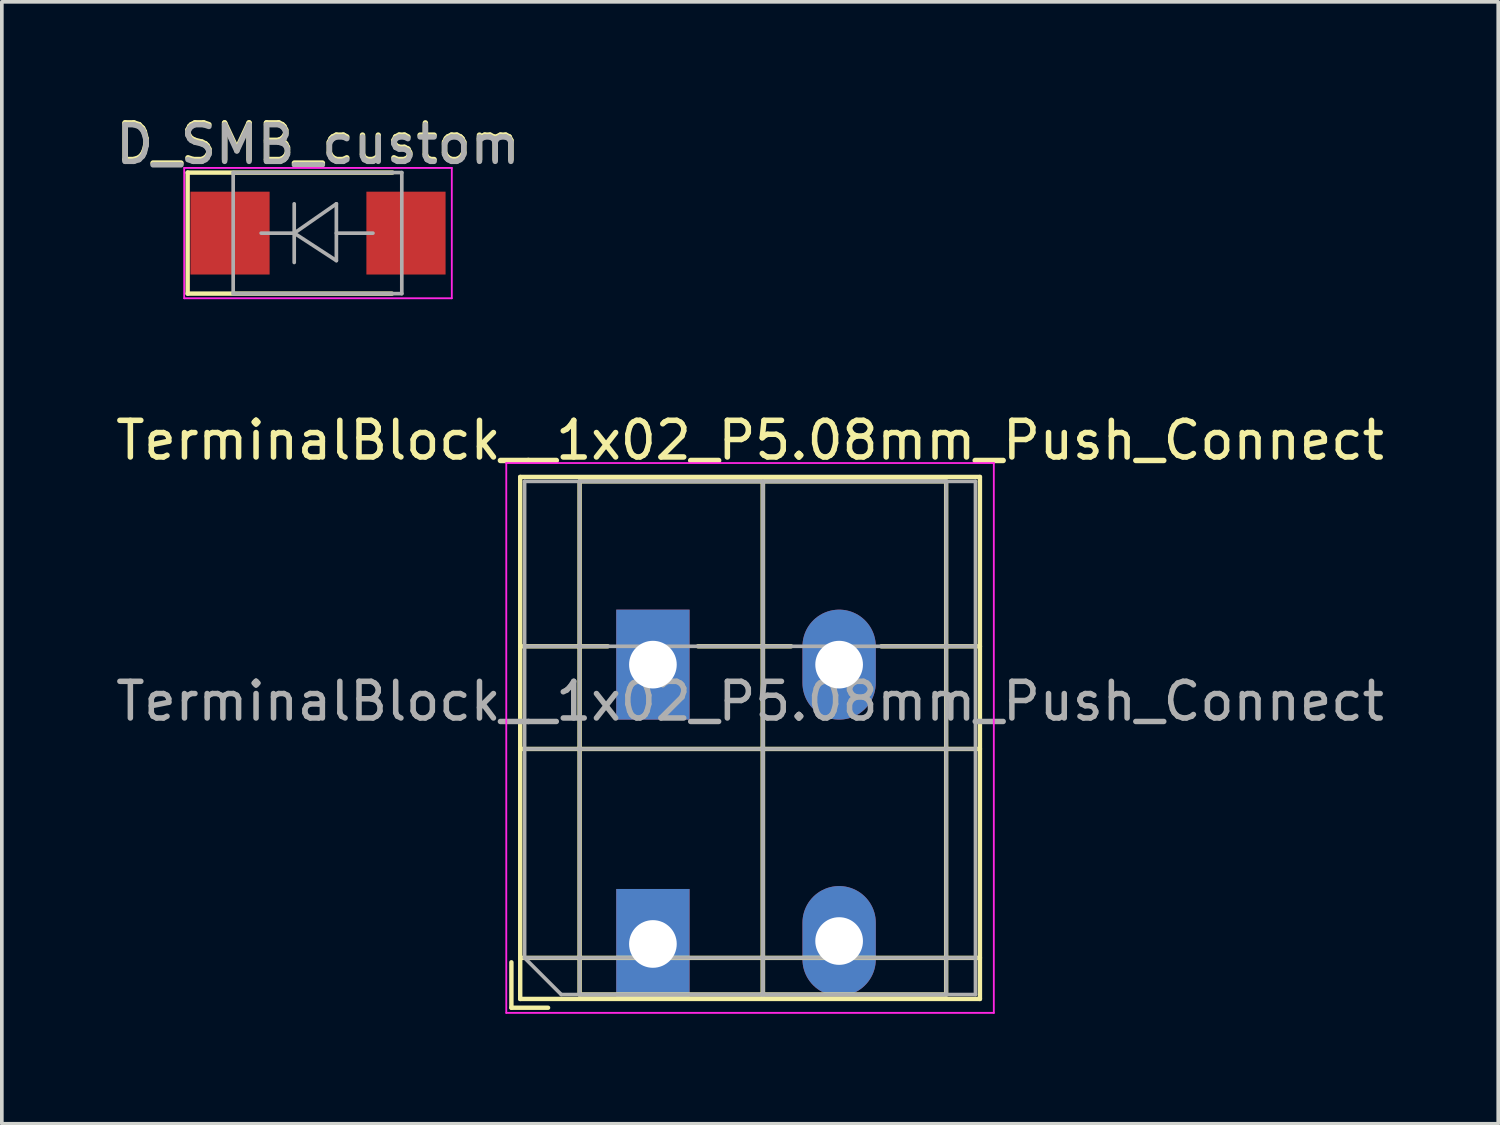
<source format=kicad_pcb>
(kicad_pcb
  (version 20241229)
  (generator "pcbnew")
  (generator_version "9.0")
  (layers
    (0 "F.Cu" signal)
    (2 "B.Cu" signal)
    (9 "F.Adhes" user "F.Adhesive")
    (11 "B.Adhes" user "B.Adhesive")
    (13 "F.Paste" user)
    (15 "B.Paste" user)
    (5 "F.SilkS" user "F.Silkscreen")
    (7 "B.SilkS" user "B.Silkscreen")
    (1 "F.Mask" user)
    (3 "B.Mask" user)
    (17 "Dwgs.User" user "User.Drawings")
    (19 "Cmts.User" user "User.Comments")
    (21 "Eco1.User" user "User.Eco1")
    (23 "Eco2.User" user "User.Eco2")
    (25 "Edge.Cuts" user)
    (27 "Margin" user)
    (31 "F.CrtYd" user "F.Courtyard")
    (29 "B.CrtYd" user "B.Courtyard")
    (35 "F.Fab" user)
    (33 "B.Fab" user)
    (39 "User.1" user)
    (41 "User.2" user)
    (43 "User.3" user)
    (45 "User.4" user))
  (footprint "TerminalBlock__1x02_P5.08mm_Push_Connect"
    (layer "F.Cu")
    (at 14.761 15.081)
    (property "Reference" "TerminalBlock__1x02_P5.08mm_Push_Connect" (at 2.65 -6.12 0) (layer "F.SilkS") (effects (font (size 1 1) (thickness 0.15))))
    (attr through_hole)
    (fp_line (start -3.86 8.12) (end -3.86 9.36) (stroke (width 0.12) (type solid)) (layer "F.SilkS"))
    (fp_line (start -3.86 9.36) (end -2.86 9.36) (stroke (width 0.12) (type solid)) (layer "F.SilkS"))
    (fp_line (start -3.62 -5.12) (end -3.62 9.12) (stroke (width 0.12) (type solid)) (layer "F.SilkS"))
    (fp_line (start -3.62 -5.12) (end 8.921 -5.12) (stroke (width 0.12) (type solid)) (layer "F.SilkS"))
    (fp_line (start -3.62 -0.5) (end -1.23 -0.5) (stroke (width 0.12) (type solid)) (layer "F.SilkS"))
    (fp_line (start -3.62 2.3) (end 8.921 2.3) (stroke (width 0.12) (type solid)) (layer "F.SilkS"))
    (fp_line (start -3.62 8) (end 8.921 8) (stroke (width 0.12) (type solid)) (layer "F.SilkS"))
    (fp_line (start -3.62 9.12) (end 8.921 9.12) (stroke (width 0.12) (type solid)) (layer "F.SilkS"))
    (fp_line (start -2 -5) (end -2 9) (stroke (width 0.12) (type solid)) (layer "F.SilkS"))
    (fp_line (start -2 -5) (end 3 -5) (stroke (width 0.12) (type solid)) (layer "F.SilkS"))
    (fp_line (start -2 9) (end 3 9) (stroke (width 0.12) (type solid)) (layer "F.SilkS"))
    (fp_line (start 1.23 -0.5) (end 3.77 -0.5) (stroke (width 0.12) (type solid)) (layer "F.SilkS"))
    (fp_line (start 3 -5) (end 3 9) (stroke (width 0.12) (type solid)) (layer "F.SilkS"))
    (fp_line (start 3 -5) (end 3 9) (stroke (width 0.12) (type solid)) (layer "F.SilkS"))
    (fp_line (start 3 -5) (end 8 -5) (stroke (width 0.12) (type solid)) (layer "F.SilkS"))
    (fp_line (start 3 9) (end 8 9) (stroke (width 0.12) (type solid)) (layer "F.SilkS"))
    (fp_line (start 6.23 -0.5) (end 8.921 -0.5) (stroke (width 0.12) (type solid)) (layer "F.SilkS"))
    (fp_line (start 8 -5) (end 8 9) (stroke (width 0.12) (type solid)) (layer "F.SilkS"))
    (fp_line (start 8.921 -5.12) (end 8.921 9.12) (stroke (width 0.12) (type solid)) (layer "F.SilkS"))
    (fp_line (start -4 -5.5) (end -4 9.5) (stroke (width 0.05) (type solid)) (layer "F.CrtYd"))
    (fp_line (start -4 9.5) (end 9.3 9.5) (stroke (width 0.05) (type solid)) (layer "F.CrtYd"))
    (fp_line (start 9.3 -5.5) (end -4 -5.5) (stroke (width 0.05) (type solid)) (layer "F.CrtYd"))
    (fp_line (start 9.3 9.5) (end 9.3 -5.5) (stroke (width 0.05) (type solid)) (layer "F.CrtYd"))
    (fp_line (start -3.5 -5) (end 8.8 -5) (stroke (width 0.1) (type solid)) (layer "F.Fab"))
    (fp_line (start -3.5 -0.5) (end 8.8 -0.5) (stroke (width 0.1) (type solid)) (layer "F.Fab"))
    (fp_line (start -3.5 2.3) (end 8.8 2.3) (stroke (width 0.1) (type solid)) (layer "F.Fab"))
    (fp_line (start -3.5 8) (end -3.5 -5) (stroke (width 0.1) (type solid)) (layer "F.Fab"))
    (fp_line (start -3.5 8) (end 8.8 8) (stroke (width 0.1) (type solid)) (layer "F.Fab"))
    (fp_line (start -2.5 9) (end -3.5 8) (stroke (width 0.1) (type solid)) (layer "F.Fab"))
    (fp_line (start -2 -5) (end -2 9) (stroke (width 0.1) (type solid)) (layer "F.Fab"))
    (fp_line (start -2 9) (end 3 9) (stroke (width 0.1) (type solid)) (layer "F.Fab"))
    (fp_line (start 3 -5) (end -2 -5) (stroke (width 0.1) (type solid)) (layer "F.Fab"))
    (fp_line (start 3 -5) (end 3 9) (stroke (width 0.1) (type solid)) (layer "F.Fab"))
    (fp_line (start 3 9) (end 3 -5) (stroke (width 0.1) (type solid)) (layer "F.Fab"))
    (fp_line (start 3 9) (end 8 9) (stroke (width 0.1) (type solid)) (layer "F.Fab"))
    (fp_line (start 8 -5) (end 3 -5) (stroke (width 0.1) (type solid)) (layer "F.Fab"))
    (fp_line (start 8 9) (end 8 -5) (stroke (width 0.1) (type solid)) (layer "F.Fab"))
    (fp_line (start 8.8 -5) (end 8.8 9) (stroke (width 0.1) (type solid)) (layer "F.Fab"))
    (fp_line (start 8.8 9) (end -2.5 9) (stroke (width 0.1) (type solid)) (layer "F.Fab"))
    (fp_text user "${REFERENCE}" (at 2.65 1 0) (layer "F.Fab") (effects (font (size 1 1) (thickness 0.15))))
    (pad "1" thru_hole rect (at 0 0) (size 2 3) (drill 1.3) (layers "*.Cu" "*.Mask"))
    (pad "1" thru_hole rect (at 0 7.62) (size 2 3) (drill 1.3) (layers "*.Cu" "*.Mask"))
    (pad "2" thru_hole oval (at 5.08 0) (size 2 3) (drill 1.3) (layers "*.Cu" "*.Mask"))
    (pad "2" thru_hole oval (at 5.08 7.54) (size 2 3) (drill 1.3) (layers "*.Cu" "*.Mask")))
  (footprint "D_SMB_custom"
    (layer "F.Cu")
    (at 5.625 3.309)
    (property "Reference" "D_SMB_custom" (at 0 -2.461 180) (layer "F.SilkS") (effects (font (size 1 1) (thickness 0.15))))
    (attr smd)
    (fp_line (start -3.556 -1.651) (end -3.556 1.651) (stroke (width 0.12) (type solid)) (layer "F.SilkS"))
    (fp_line (start -3.556 -1.651) (end 2.032 -1.651) (stroke (width 0.12) (type solid)) (layer "F.SilkS"))
    (fp_line (start -3.556 1.651) (end 2.017 1.651) (stroke (width 0.12) (type solid)) (layer "F.SilkS"))
    (fp_line (start -3.65 -1.778) (end 3.65 -1.778) (stroke (width 0.05) (type solid)) (layer "F.CrtYd"))
    (fp_line (start -3.65 1.778) (end -3.65 -1.778) (stroke (width 0.05) (type solid)) (layer "F.CrtYd"))
    (fp_line (start 3.65 -1.778) (end 3.65 1.778) (stroke (width 0.05) (type solid)) (layer "F.CrtYd"))
    (fp_line (start 3.65 1.778) (end -3.65 1.778) (stroke (width 0.05) (type solid)) (layer "F.CrtYd"))
    (fp_line (start -2.314 1.651) (end -2.314 -1.651) (stroke (width 0.1) (type solid)) (layer "F.Fab"))
    (fp_line (start -0.649 -0.799) (end -0.649 0.801) (stroke (width 0.1) (type solid)) (layer "F.Fab"))
    (fp_line (start -0.649 0.001) (end -1.551 0.001) (stroke (width 0.1) (type solid)) (layer "F.Fab"))
    (fp_line (start -0.649 0.001) (end 0.501 -0.799) (stroke (width 0.1) (type solid)) (layer "F.Fab"))
    (fp_line (start -0.649 0.001) (end 0.501 0.75) (stroke (width 0.1) (type solid)) (layer "F.Fab"))
    (fp_line (start 0.501 0.001) (end 1.499 0.001) (stroke (width 0.1) (type solid)) (layer "F.Fab"))
    (fp_line (start 0.501 0.75) (end 0.501 -0.799) (stroke (width 0.1) (type solid)) (layer "F.Fab"))
    (fp_line (start 2.286 -1.651) (end -2.314 -1.651) (stroke (width 0.1) (type solid)) (layer "F.Fab"))
    (fp_line (start 2.286 -1.651) (end 2.286 1.651) (stroke (width 0.1) (type solid)) (layer "F.Fab"))
    (fp_line (start 2.286 1.651) (end -2.314 1.651) (stroke (width 0.1) (type solid)) (layer "F.Fab"))
    (fp_text user "${REFERENCE}" (at 0 -2.413 180) (layer "F.Fab") (effects (font (size 1 1) (thickness 0.15))))
    (pad "1" smd rect (at -2.4 0) (size 2.16 2.26) (layers "F.Cu" "F.Mask" "F.Paste"))
    (pad "2" smd rect (at 2.4 0) (size 2.16 2.26) (layers "F.Cu" "F.Mask" "F.Paste")))
  (gr_rect
    (start -3 -3)
    (end 37.821 27.605)
    (stroke (width 0.1) (type default))
    (fill no)
    (layer "Edge.Cuts")))
</source>
